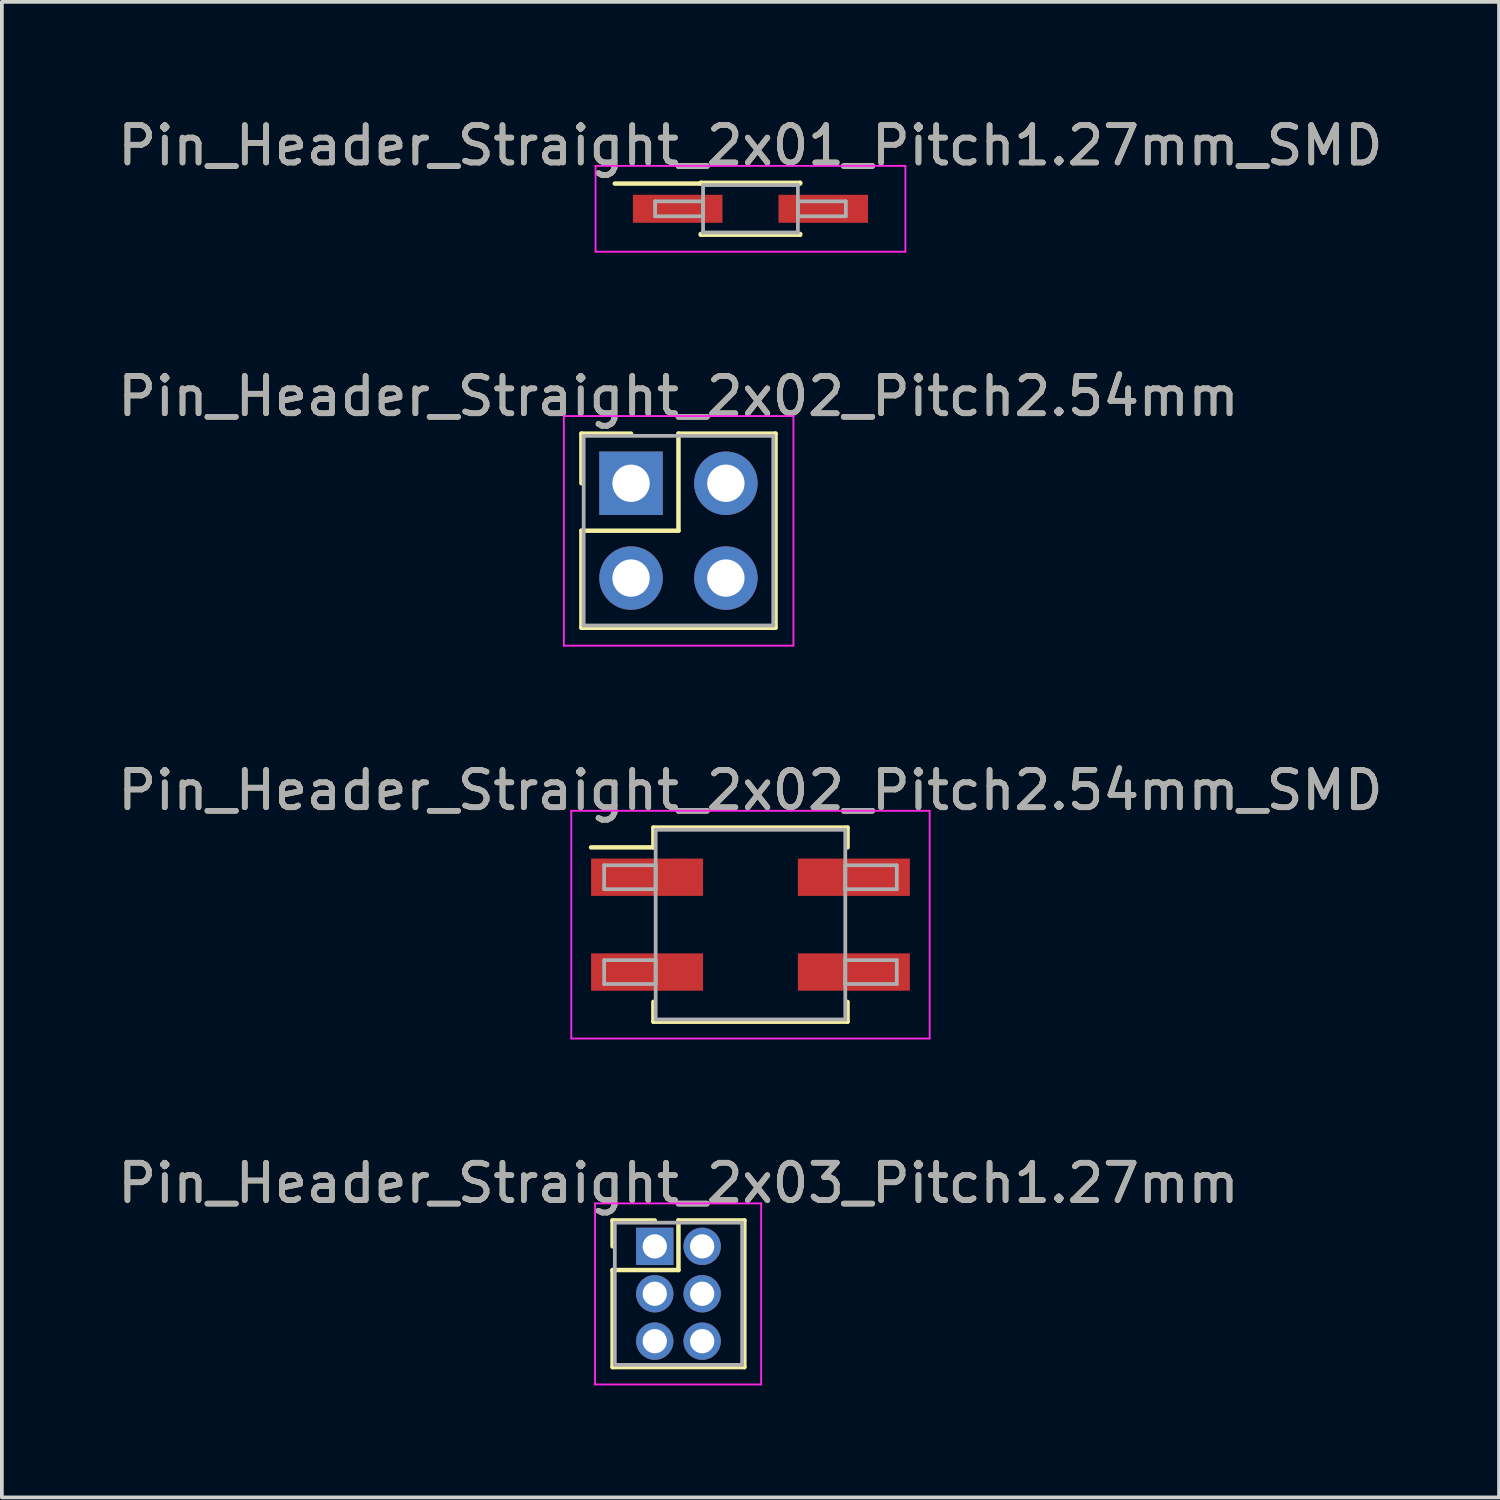
<source format=kicad_pcb>
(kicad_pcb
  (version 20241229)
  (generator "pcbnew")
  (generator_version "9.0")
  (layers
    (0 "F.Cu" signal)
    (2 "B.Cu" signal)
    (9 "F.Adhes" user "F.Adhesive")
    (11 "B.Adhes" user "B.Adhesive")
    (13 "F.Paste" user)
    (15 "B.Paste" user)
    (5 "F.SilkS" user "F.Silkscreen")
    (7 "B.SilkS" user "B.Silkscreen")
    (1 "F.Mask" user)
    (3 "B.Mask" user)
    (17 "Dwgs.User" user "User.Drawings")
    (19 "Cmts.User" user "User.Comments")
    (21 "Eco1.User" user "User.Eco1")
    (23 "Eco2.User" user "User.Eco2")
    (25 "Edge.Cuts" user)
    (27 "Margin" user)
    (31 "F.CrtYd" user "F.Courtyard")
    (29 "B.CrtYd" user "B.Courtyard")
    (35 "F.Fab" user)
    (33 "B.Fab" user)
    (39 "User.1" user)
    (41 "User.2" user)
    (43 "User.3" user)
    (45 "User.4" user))
  (footprint "Pin_Header_Straight_2x01_Pitch1.27mm_SMD"
    (layer "F.Cu")
    (at 17.054 2.543)
    (property "Reference" "Pin_Header_Straight_2x01_Pitch1.27mm_SMD" (at 0 -1.695 0) (layer "F.SilkS") (effects (font (size 1 1) (thickness 0.15))))
    (attr smd)
    (fp_line (start -3.635 -0.675) (end -1.33 -0.675) (stroke (width 0.12) (type solid)) (layer "F.SilkS"))
    (fp_line (start -1.33 -0.695) (end 1.33 -0.695) (stroke (width 0.12) (type solid)) (layer "F.SilkS"))
    (fp_line (start -1.33 -0.675) (end -1.33 -0.695) (stroke (width 0.12) (type solid)) (layer "F.SilkS"))
    (fp_line (start -1.33 0.675) (end -1.33 0.695) (stroke (width 0.12) (type solid)) (layer "F.SilkS"))
    (fp_line (start -1.33 0.695) (end 1.33 0.695) (stroke (width 0.12) (type solid)) (layer "F.SilkS"))
    (fp_line (start 1.33 -0.695) (end 1.33 -0.675) (stroke (width 0.12) (type solid)) (layer "F.SilkS"))
    (fp_line (start 1.33 0.695) (end 1.33 0.675) (stroke (width 0.12) (type solid)) (layer "F.SilkS"))
    (fp_line (start -4.15 -1.15) (end -4.15 1.15) (stroke (width 0.05) (type solid)) (layer "F.CrtYd"))
    (fp_line (start -4.15 1.15) (end 4.15 1.15) (stroke (width 0.05) (type solid)) (layer "F.CrtYd"))
    (fp_line (start 4.15 -1.15) (end -4.15 -1.15) (stroke (width 0.05) (type solid)) (layer "F.CrtYd"))
    (fp_line (start 4.15 1.15) (end 4.15 -1.15) (stroke (width 0.05) (type solid)) (layer "F.CrtYd"))
    (fp_line (start -2.555 -0.2) (end -1.27 -0.2) (stroke (width 0.1) (type solid)) (layer "F.Fab"))
    (fp_line (start -2.555 0.2) (end -2.555 -0.2) (stroke (width 0.1) (type solid)) (layer "F.Fab"))
    (fp_line (start -1.27 -0.635) (end -1.27 0.635) (stroke (width 0.1) (type solid)) (layer "F.Fab"))
    (fp_line (start -1.27 -0.2) (end -1.27 0.2) (stroke (width 0.1) (type solid)) (layer "F.Fab"))
    (fp_line (start -1.27 0.2) (end -2.555 0.2) (stroke (width 0.1) (type solid)) (layer "F.Fab"))
    (fp_line (start -1.27 0.635) (end 1.27 0.635) (stroke (width 0.1) (type solid)) (layer "F.Fab"))
    (fp_line (start 1.27 -0.635) (end -1.27 -0.635) (stroke (width 0.1) (type solid)) (layer "F.Fab"))
    (fp_line (start 1.27 -0.2) (end 1.27 0.2) (stroke (width 0.1) (type solid)) (layer "F.Fab"))
    (fp_line (start 1.27 0.2) (end 2.555 0.2) (stroke (width 0.1) (type solid)) (layer "F.Fab"))
    (fp_line (start 1.27 0.635) (end 1.27 -0.635) (stroke (width 0.1) (type solid)) (layer "F.Fab"))
    (fp_line (start 2.555 -0.2) (end 1.27 -0.2) (stroke (width 0.1) (type solid)) (layer "F.Fab"))
    (fp_line (start 2.555 0.2) (end 2.555 -0.2) (stroke (width 0.1) (type solid)) (layer "F.Fab"))
    (fp_text user "${REFERENCE}" (at 0 -1.695 0) (layer "F.Fab") (effects (font (size 1 1) (thickness 0.15))))
    (pad "1" smd rect (at -1.95 0) (size 2.4 0.75) (layers "F.Cu" "F.Mask" "F.Paste"))
    (pad "2" smd rect (at 1.95 0) (size 2.4 0.75) (layers "F.Cu" "F.Mask" "F.Paste")))
  (footprint "Pin_Header_Straight_2x02_Pitch2.54mm_SMD"
    (layer "F.Cu")
    (at 17.054 21.72)
    (property "Reference" "Pin_Header_Straight_2x02_Pitch2.54mm_SMD" (at 0 -3.6 0) (layer "F.SilkS") (effects (font (size 1 1) (thickness 0.15))))
    (attr smd)
    (fp_line (start -4.27 -2.07) (end -2.6 -2.07) (stroke (width 0.12) (type solid)) (layer "F.SilkS"))
    (fp_line (start -2.6 -2.6) (end 2.6 -2.6) (stroke (width 0.12) (type solid)) (layer "F.SilkS"))
    (fp_line (start -2.6 -2.07) (end -2.6 -2.6) (stroke (width 0.12) (type solid)) (layer "F.SilkS"))
    (fp_line (start -2.6 2.07) (end -2.6 2.6) (stroke (width 0.12) (type solid)) (layer "F.SilkS"))
    (fp_line (start -2.6 2.6) (end 2.6 2.6) (stroke (width 0.12) (type solid)) (layer "F.SilkS"))
    (fp_line (start 2.6 -2.6) (end 2.6 -2.07) (stroke (width 0.12) (type solid)) (layer "F.SilkS"))
    (fp_line (start 2.6 2.6) (end 2.6 2.07) (stroke (width 0.12) (type solid)) (layer "F.SilkS"))
    (fp_line (start -4.8 -3.05) (end -4.8 3.05) (stroke (width 0.05) (type solid)) (layer "F.CrtYd"))
    (fp_line (start -4.8 3.05) (end 4.8 3.05) (stroke (width 0.05) (type solid)) (layer "F.CrtYd"))
    (fp_line (start 4.8 -3.05) (end -4.8 -3.05) (stroke (width 0.05) (type solid)) (layer "F.CrtYd"))
    (fp_line (start 4.8 3.05) (end 4.8 -3.05) (stroke (width 0.05) (type solid)) (layer "F.CrtYd"))
    (fp_line (start -3.92 -1.59) (end -2.54 -1.59) (stroke (width 0.1) (type solid)) (layer "F.Fab"))
    (fp_line (start -3.92 -0.95) (end -3.92 -1.59) (stroke (width 0.1) (type solid)) (layer "F.Fab"))
    (fp_line (start -3.92 0.95) (end -2.54 0.95) (stroke (width 0.1) (type solid)) (layer "F.Fab"))
    (fp_line (start -3.92 1.59) (end -3.92 0.95) (stroke (width 0.1) (type solid)) (layer "F.Fab"))
    (fp_line (start -2.54 -2.54) (end -2.54 2.54) (stroke (width 0.1) (type solid)) (layer "F.Fab"))
    (fp_line (start -2.54 -1.59) (end -2.54 -0.95) (stroke (width 0.1) (type solid)) (layer "F.Fab"))
    (fp_line (start -2.54 -0.95) (end -3.92 -0.95) (stroke (width 0.1) (type solid)) (layer "F.Fab"))
    (fp_line (start -2.54 0.95) (end -2.54 1.59) (stroke (width 0.1) (type solid)) (layer "F.Fab"))
    (fp_line (start -2.54 1.59) (end -3.92 1.59) (stroke (width 0.1) (type solid)) (layer "F.Fab"))
    (fp_line (start -2.54 2.54) (end 2.54 2.54) (stroke (width 0.1) (type solid)) (layer "F.Fab"))
    (fp_line (start 2.54 -2.54) (end -2.54 -2.54) (stroke (width 0.1) (type solid)) (layer "F.Fab"))
    (fp_line (start 2.54 -1.59) (end 2.54 -0.95) (stroke (width 0.1) (type solid)) (layer "F.Fab"))
    (fp_line (start 2.54 -0.95) (end 3.92 -0.95) (stroke (width 0.1) (type solid)) (layer "F.Fab"))
    (fp_line (start 2.54 0.95) (end 2.54 1.59) (stroke (width 0.1) (type solid)) (layer "F.Fab"))
    (fp_line (start 2.54 1.59) (end 3.92 1.59) (stroke (width 0.1) (type solid)) (layer "F.Fab"))
    (fp_line (start 2.54 2.54) (end 2.54 -2.54) (stroke (width 0.1) (type solid)) (layer "F.Fab"))
    (fp_line (start 3.92 -1.59) (end 2.54 -1.59) (stroke (width 0.1) (type solid)) (layer "F.Fab"))
    (fp_line (start 3.92 -0.95) (end 3.92 -1.59) (stroke (width 0.1) (type solid)) (layer "F.Fab"))
    (fp_line (start 3.92 0.95) (end 2.54 0.95) (stroke (width 0.1) (type solid)) (layer "F.Fab"))
    (fp_line (start 3.92 1.59) (end 3.92 0.95) (stroke (width 0.1) (type solid)) (layer "F.Fab"))
    (fp_text user "${REFERENCE}" (at 0 -3.6 0) (layer "F.Fab") (effects (font (size 1 1) (thickness 0.15))))
    (pad "1" smd rect (at -2.77 -1.27) (size 3 1) (layers "F.Cu" "F.Mask" "F.Paste"))
    (pad "2" smd rect (at 2.77 -1.27) (size 3 1) (layers "F.Cu" "F.Mask" "F.Paste"))
    (pad "3" smd rect (at -2.77 1.27) (size 3 1) (layers "F.Cu" "F.Mask" "F.Paste"))
    (pad "4" smd rect (at 2.77 1.27) (size 3 1) (layers "F.Cu" "F.Mask" "F.Paste")))
  (footprint "Pin_Header_Straight_2x03_Pitch1.27mm"
    (layer "F.Cu")
    (at 14.49 30.338)
    (property "Reference" "Pin_Header_Straight_2x03_Pitch1.27mm" (at 0.635 -1.695 0) (layer "F.SilkS") (effects (font (size 1 1) (thickness 0.15))))
    (attr through_hole)
    (fp_line (start -1.13 -0.695) (end 0 -0.695) (stroke (width 0.12) (type solid)) (layer "F.SilkS"))
    (fp_line (start -1.13 0) (end -1.13 -0.695) (stroke (width 0.12) (type solid)) (layer "F.SilkS"))
    (fp_line (start -1.13 0.635) (end -1.13 3.235) (stroke (width 0.12) (type solid)) (layer "F.SilkS"))
    (fp_line (start -1.13 3.235) (end 2.4 3.235) (stroke (width 0.12) (type solid)) (layer "F.SilkS"))
    (fp_line (start 0.635 -0.695) (end 0.635 0.635) (stroke (width 0.12) (type solid)) (layer "F.SilkS"))
    (fp_line (start 0.635 0.635) (end -1.13 0.635) (stroke (width 0.12) (type solid)) (layer "F.SilkS"))
    (fp_line (start 2.4 -0.695) (end 0.635 -0.695) (stroke (width 0.12) (type solid)) (layer "F.SilkS"))
    (fp_line (start 2.4 3.235) (end 2.4 -0.695) (stroke (width 0.12) (type solid)) (layer "F.SilkS"))
    (fp_line (start -1.6 -1.15) (end -1.6 3.7) (stroke (width 0.05) (type solid)) (layer "F.CrtYd"))
    (fp_line (start -1.6 3.7) (end 2.85 3.7) (stroke (width 0.05) (type solid)) (layer "F.CrtYd"))
    (fp_line (start 2.85 -1.15) (end -1.6 -1.15) (stroke (width 0.05) (type solid)) (layer "F.CrtYd"))
    (fp_line (start 2.85 3.7) (end 2.85 -1.15) (stroke (width 0.05) (type solid)) (layer "F.CrtYd"))
    (fp_line (start -1.07 -0.635) (end -1.07 3.175) (stroke (width 0.1) (type solid)) (layer "F.Fab"))
    (fp_line (start -1.07 3.175) (end 2.34 3.175) (stroke (width 0.1) (type solid)) (layer "F.Fab"))
    (fp_line (start 2.34 -0.635) (end -1.07 -0.635) (stroke (width 0.1) (type solid)) (layer "F.Fab"))
    (fp_line (start 2.34 3.175) (end 2.34 -0.635) (stroke (width 0.1) (type solid)) (layer "F.Fab"))
    (fp_text user "${REFERENCE}" (at 0.635 -1.695 0) (layer "F.Fab") (effects (font (size 1 1) (thickness 0.15))))
    (pad "1" thru_hole rect (at 0 0) (size 1 1) (drill 0.65) (layers "*.Cu" "*.Mask"))
    (pad "2" thru_hole oval (at 1.27 0) (size 1 1) (drill 0.65) (layers "*.Cu" "*.Mask"))
    (pad "3" thru_hole oval (at 0 1.27) (size 1 1) (drill 0.65) (layers "*.Cu" "*.Mask"))
    (pad "4" thru_hole oval (at 1.27 1.27) (size 1 1) (drill 0.65) (layers "*.Cu" "*.Mask"))
    (pad "5" thru_hole oval (at 0 2.54) (size 1 1) (drill 0.65) (layers "*.Cu" "*.Mask"))
    (pad "6" thru_hole oval (at 1.27 2.54) (size 1 1) (drill 0.65) (layers "*.Cu" "*.Mask")))
  (footprint "Pin_Header_Straight_2x02_Pitch2.54mm"
    (layer "F.Cu")
    (at 13.855 9.896)
    (property "Reference" "Pin_Header_Straight_2x02_Pitch2.54mm" (at 1.27 -2.33 0) (layer "F.SilkS") (effects (font (size 1 1) (thickness 0.15))))
    (attr through_hole)
    (fp_line (start -1.33 -1.33) (end 0 -1.33) (stroke (width 0.12) (type solid)) (layer "F.SilkS"))
    (fp_line (start -1.33 0) (end -1.33 -1.33) (stroke (width 0.12) (type solid)) (layer "F.SilkS"))
    (fp_line (start -1.33 1.27) (end -1.33 3.87) (stroke (width 0.12) (type solid)) (layer "F.SilkS"))
    (fp_line (start -1.33 3.87) (end 3.87 3.87) (stroke (width 0.12) (type solid)) (layer "F.SilkS"))
    (fp_line (start 1.27 -1.33) (end 1.27 1.27) (stroke (width 0.12) (type solid)) (layer "F.SilkS"))
    (fp_line (start 1.27 1.27) (end -1.33 1.27) (stroke (width 0.12) (type solid)) (layer "F.SilkS"))
    (fp_line (start 3.87 -1.33) (end 1.27 -1.33) (stroke (width 0.12) (type solid)) (layer "F.SilkS"))
    (fp_line (start 3.87 3.87) (end 3.87 -1.33) (stroke (width 0.12) (type solid)) (layer "F.SilkS"))
    (fp_line (start -1.8 -1.8) (end -1.8 4.35) (stroke (width 0.05) (type solid)) (layer "F.CrtYd"))
    (fp_line (start -1.8 4.35) (end 4.35 4.35) (stroke (width 0.05) (type solid)) (layer "F.CrtYd"))
    (fp_line (start 4.35 -1.8) (end -1.8 -1.8) (stroke (width 0.05) (type solid)) (layer "F.CrtYd"))
    (fp_line (start 4.35 4.35) (end 4.35 -1.8) (stroke (width 0.05) (type solid)) (layer "F.CrtYd"))
    (fp_line (start -1.27 -1.27) (end -1.27 3.81) (stroke (width 0.1) (type solid)) (layer "F.Fab"))
    (fp_line (start -1.27 3.81) (end 3.81 3.81) (stroke (width 0.1) (type solid)) (layer "F.Fab"))
    (fp_line (start 3.81 -1.27) (end -1.27 -1.27) (stroke (width 0.1) (type solid)) (layer "F.Fab"))
    (fp_line (start 3.81 3.81) (end 3.81 -1.27) (stroke (width 0.1) (type solid)) (layer "F.Fab"))
    (fp_text user "${REFERENCE}" (at 1.27 -2.33 0) (layer "F.Fab") (effects (font (size 1 1) (thickness 0.15))))
    (pad "1" thru_hole rect (at 0 0) (size 1.7 1.7) (drill 1) (layers "*.Cu" "*.Mask"))
    (pad "2" thru_hole oval (at 2.54 0) (size 1.7 1.7) (drill 1) (layers "*.Cu" "*.Mask"))
    (pad "3" thru_hole oval (at 0 2.54) (size 1.7 1.7) (drill 1) (layers "*.Cu" "*.Mask"))
    (pad "4" thru_hole oval (at 2.54 2.54) (size 1.7 1.7) (drill 1) (layers "*.Cu" "*.Mask")))
  (gr_rect
    (start -3 -3)
    (end 37.107 37.063)
    (stroke (width 0.1) (type default))
    (fill no)
    (layer "Edge.Cuts")))
</source>
